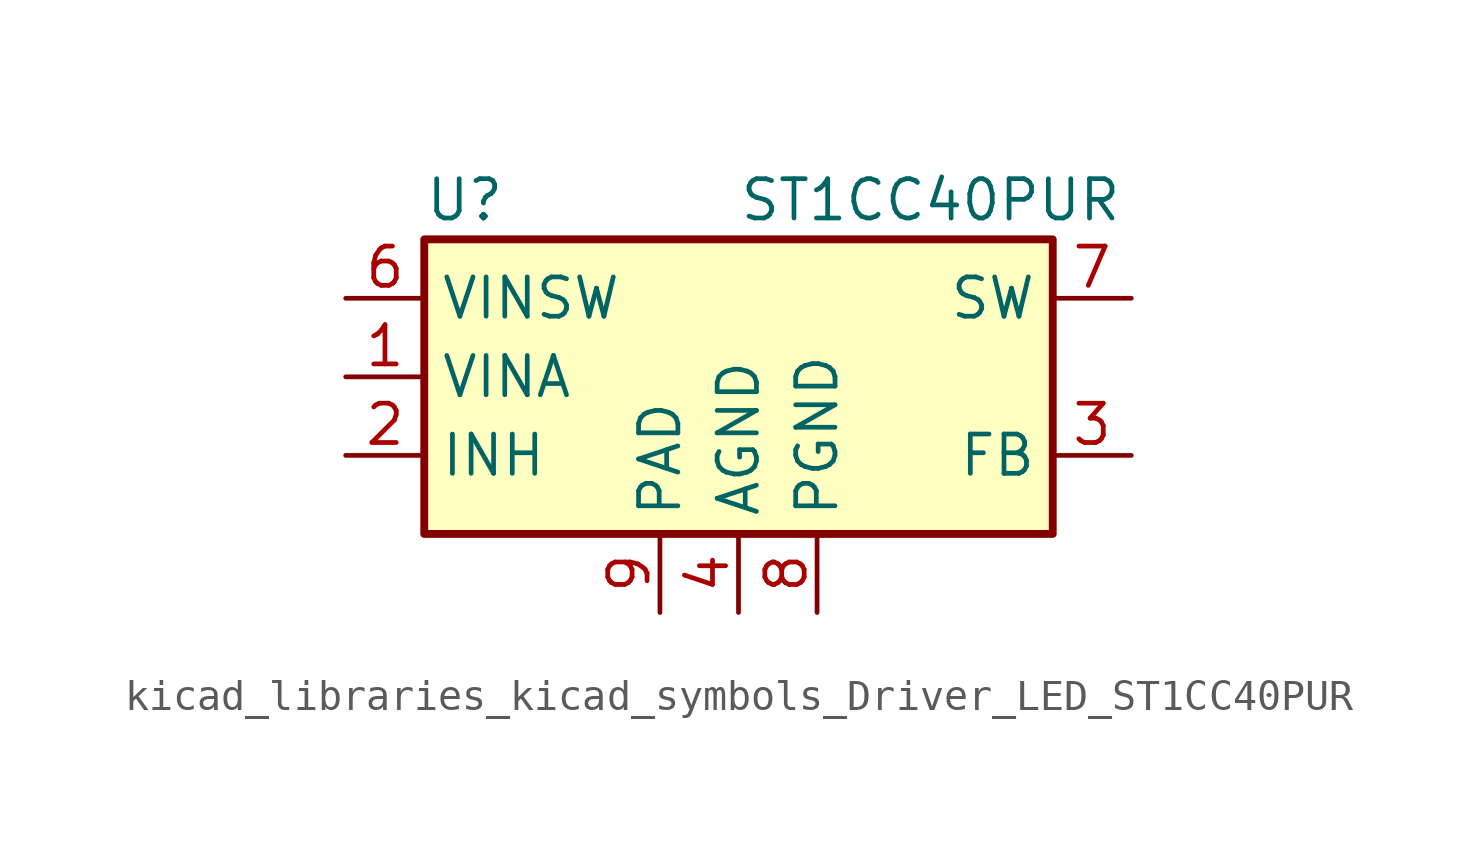
<source format=kicad_sym>
(kicad_symbol_lib
  (version 20220914)
  (generator kicad_symbol_editor)
  (symbol "kicad_libraries_kicad_symbols_Driver_LED_ST1CC40PUR"
    (property "Reference" "U"
      (at -10.16 5.715 0)
      (effects (font (size 1.27 1.27)) (justify left)))
    (property "Value" "ST1CC40PUR"
      (at 0 5.715 0)
      (effects (font (size 1.27 1.27)) (justify left)))
    (symbol "kicad_libraries_kicad_symbols_Driver_LED_ST1CC40PUR_0_1"
      (rectangle (start 10.16 4.445) (end -10.16 -5.08) (stroke (width 0.254) (type default)) (fill (type background))))
    (symbol "kicad_libraries_kicad_symbols_Driver_LED_ST1CC40PUR_1_1"
      (pin power_in line (at -12.7 0 0) (length 2.54) (name "VINA" (effects (font (size 1.27 1.27)))) (number "1" (effects (font (size 1.27 1.27)))))
      (pin input line (at -12.7 -2.54 0) (length 2.54) (name "INH" (effects (font (size 1.27 1.27)))) (number "2" (effects (font (size 1.27 1.27)))))
      (pin input line (at 12.7 -2.54 180) (length 2.54) (name "FB" (effects (font (size 1.27 1.27)))) (number "3" (effects (font (size 1.27 1.27)))))
      (pin power_in line (at 0 -7.62 90) (length 2.54) (name "AGND" (effects (font (size 1.27 1.27)))) (number "4" (effects (font (size 1.27 1.27)))))
      (pin no_connect line (at -5.08 -5.08 90) (length 2.54) hide (name "NC" (effects (font (size 1.27 1.27)))) (number "5" (effects (font (size 1.27 1.27)))))
      (pin power_in line (at -12.7 2.54 0) (length 2.54) (name "VINSW" (effects (font (size 1.27 1.27)))) (number "6" (effects (font (size 1.27 1.27)))))
      (pin output line (at 12.7 2.54 180) (length 2.54) (name "SW" (effects (font (size 1.27 1.27)))) (number "7" (effects (font (size 1.27 1.27)))))
      (pin power_out line (at 2.54 -7.62 90) (length 2.54) (name "PGND" (effects (font (size 1.27 1.27)))) (number "8" (effects (font (size 1.27 1.27)))))
      (pin passive line (at -2.54 -7.62 90) (length 2.54) (name "PAD" (effects (font (size 1.27 1.27)))) (number "9" (effects (font (size 1.27 1.27))))))))
</source>
